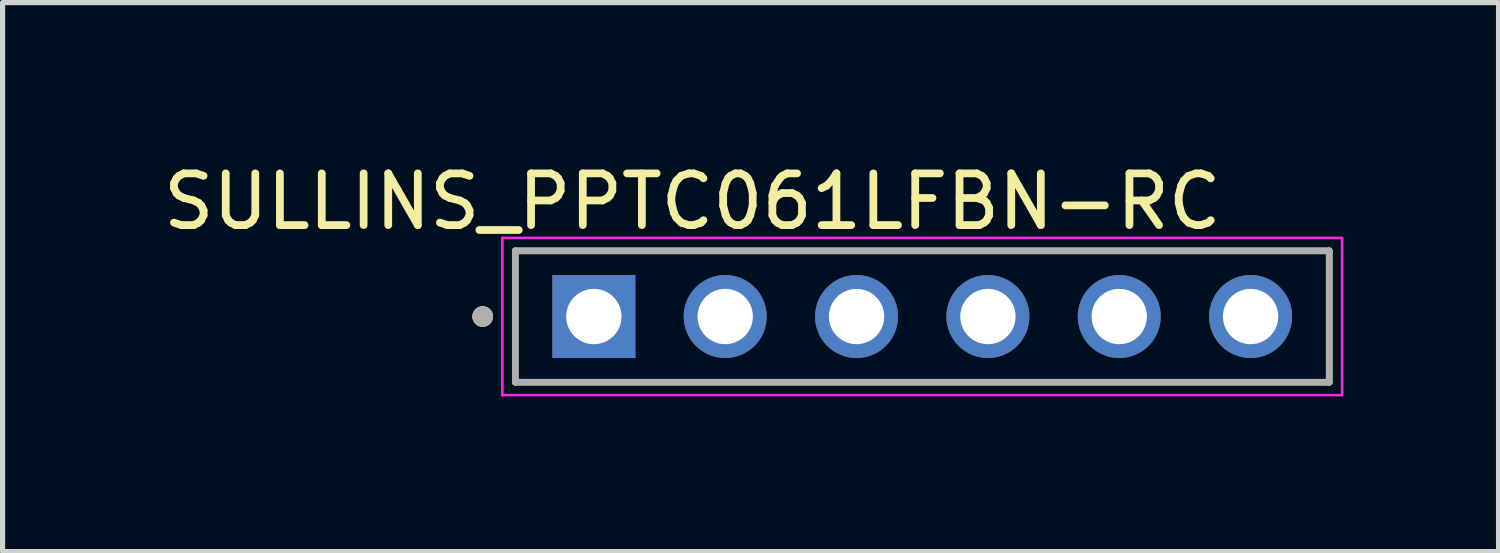
<source format=kicad_pcb>
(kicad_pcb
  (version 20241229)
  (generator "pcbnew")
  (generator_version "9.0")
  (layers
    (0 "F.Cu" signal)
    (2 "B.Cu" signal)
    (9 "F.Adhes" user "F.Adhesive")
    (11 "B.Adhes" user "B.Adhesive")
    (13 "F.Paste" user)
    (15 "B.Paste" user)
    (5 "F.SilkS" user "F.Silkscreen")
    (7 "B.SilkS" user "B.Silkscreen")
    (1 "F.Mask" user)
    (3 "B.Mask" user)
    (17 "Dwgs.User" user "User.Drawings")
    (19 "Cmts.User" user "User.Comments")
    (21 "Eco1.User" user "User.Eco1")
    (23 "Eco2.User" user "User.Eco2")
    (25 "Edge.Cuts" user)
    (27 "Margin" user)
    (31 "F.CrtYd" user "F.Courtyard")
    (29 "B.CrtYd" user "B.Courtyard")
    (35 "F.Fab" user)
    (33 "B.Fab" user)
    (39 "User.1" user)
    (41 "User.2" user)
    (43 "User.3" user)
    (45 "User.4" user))
  (footprint "SULLINS_PPTC061LFBN-RC"
    (layer "F.Cu")
    (at 14.784 3.071)
    (property "Reference" "SULLINS_PPTC061LFBN-RC" (at -4.445 -2.223 0) (layer "F.SilkS") (effects (font (size 1 1) (thickness 0.15))))
    (attr through_hole)
    (fp_line (start -7.87 -1.27) (end -7.87 1.27) (stroke (width 0.127) (type solid)) (layer "F.SilkS"))
    (fp_line (start -7.87 1.27) (end 7.87 1.27) (stroke (width 0.127) (type solid)) (layer "F.SilkS"))
    (fp_line (start 7.87 -1.27) (end -7.87 -1.27) (stroke (width 0.127) (type solid)) (layer "F.SilkS"))
    (fp_line (start 7.87 1.27) (end 7.87 -1.27) (stroke (width 0.127) (type solid)) (layer "F.SilkS"))
    (fp_circle (center -8.5 0) (end -8.4 0) (stroke (width 0.2) (type solid)) (fill no) (layer "F.SilkS"))
    (fp_line (start -8.12 -1.52) (end -8.12 1.52) (stroke (width 0.05) (type solid)) (layer "F.CrtYd"))
    (fp_line (start -8.12 1.52) (end 8.12 1.52) (stroke (width 0.05) (type solid)) (layer "F.CrtYd"))
    (fp_line (start 8.12 -1.52) (end -8.12 -1.52) (stroke (width 0.05) (type solid)) (layer "F.CrtYd"))
    (fp_line (start 8.12 1.52) (end 8.12 -1.52) (stroke (width 0.05) (type solid)) (layer "F.CrtYd"))
    (fp_line (start -7.87 -1.27) (end -7.87 1.27) (stroke (width 0.127) (type solid)) (layer "F.Fab"))
    (fp_line (start -7.87 1.27) (end 7.87 1.27) (stroke (width 0.127) (type solid)) (layer "F.Fab"))
    (fp_line (start 7.87 -1.27) (end -7.87 -1.27) (stroke (width 0.127) (type solid)) (layer "F.Fab"))
    (fp_line (start 7.87 1.27) (end 7.87 -1.27) (stroke (width 0.127) (type solid)) (layer "F.Fab"))
    (fp_circle (center -8.5 0) (end -8.4 0) (stroke (width 0.2) (type solid)) (fill no) (layer "F.Fab"))
    (pad "1" thru_hole rect (at -6.35 0) (size 1.605 1.605) (drill 1.07) (layers "*.Cu" "*.Mask"))
    (pad "2" thru_hole circle (at -3.81 0) (size 1.605 1.605) (drill 1.07) (layers "*.Cu" "*.Mask"))
    (pad "3" thru_hole circle (at -1.27 0) (size 1.605 1.605) (drill 1.07) (layers "*.Cu" "*.Mask"))
    (pad "4" thru_hole circle (at 1.27 0) (size 1.605 1.605) (drill 1.07) (layers "*.Cu" "*.Mask"))
    (pad "5" thru_hole circle (at 3.81 0) (size 1.605 1.605) (drill 1.07) (layers "*.Cu" "*.Mask"))
    (pad "6" thru_hole circle (at 6.35 0) (size 1.605 1.605) (drill 1.07) (layers "*.Cu" "*.Mask")))
  (gr_rect
    (start -3 -3)
    (end 25.929 7.616)
    (stroke (width 0.1) (type default))
    (fill no)
    (layer "Edge.Cuts")))
</source>
